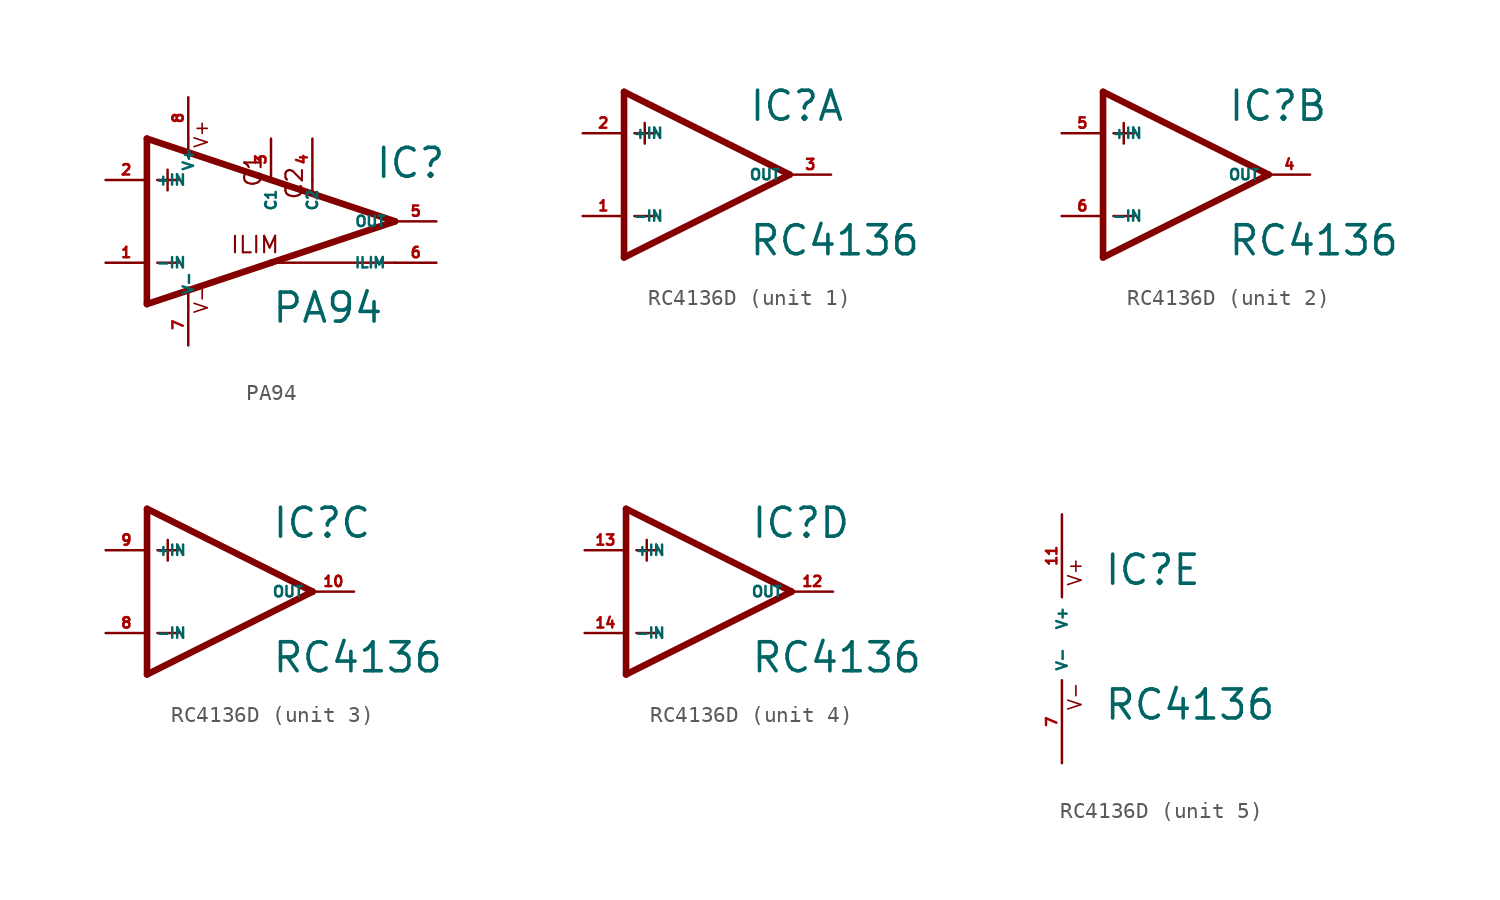
<source format=kicad_sym>
(kicad_symbol_lib
  (version 20220914)
  (generator Eagle2Kicad)
  (symbol "PA94"
    (property "Reference" "IC"
      (at 8.89 2.54 0)
      (effects (font (size 1.778 1.778) (thickness 0.22)) (justify left bottom)))
    (property "Value" "PA94"
      (at 2.54 -6.35 0)
      (effects (font (size 1.778 1.778) (thickness 0.22)) (justify left bottom)))
    (polyline
      (pts (xy -5.08 5.08) (xy -5.08 -5.08))
      (stroke (width 0.406) (type default))
      (fill (type none)))
    (polyline
      (pts (xy -5.08 -5.08) (xy 2.54 -2.54))
      (stroke (width 0.406) (type default))
      (fill (type none)))
    (polyline
      (pts (xy 2.54 -2.54) (xy 10.16 0))
      (stroke (width 0.406) (type default))
      (fill (type none)))
    (polyline
      (pts (xy 10.16 0) (xy -5.08 5.08))
      (stroke (width 0.406) (type default))
      (fill (type none)))
    (polyline
      (pts (xy -3.81 3.175) (xy -3.81 1.905))
      (stroke (width 0.152) (type default))
      (fill (type none)))
    (polyline
      (pts (xy -4.445 2.54) (xy -3.175 2.54))
      (stroke (width 0.152) (type default))
      (fill (type none)))
    (polyline
      (pts (xy -4.445 -2.54) (xy -3.175 -2.54))
      (stroke (width 0.152) (type default))
      (fill (type none)))
    (polyline
      (pts (xy -2.54 -5.08) (xy -2.54 -4.064))
      (stroke (width 0.152) (type default))
      (fill (type none)))
    (polyline
      (pts (xy 10.16 -2.54) (xy 2.54 -2.54))
      (stroke (width 0.152) (type default))
      (fill (type none)))
    (polyline
      (pts (xy -2.54 5.08) (xy -2.54 3.937))
      (stroke (width 0.152) (type default))
      (fill (type none)))
    (polyline
      (pts (xy 5.08 2.54) (xy 5.08 1.778))
      (stroke (width 0.152) (type default))
      (fill (type none)))
    (text "V+"
      (at -1.27 4.445 900)
      (effects (font (size 0.813 0.813) (thickness 0.10)) (justify left bottom)))
    (text "V-"
      (at -1.27 -5.715 900)
      (effects (font (size 0.813 0.813) (thickness 0.10)) (justify left bottom)))
    (text "ILIM"
      (at 0 -2.032 0)
      (effects (font (size 1.016 1.016) (thickness 0.13)) (justify left bottom)))
    (text "C1"
      (at 2.032 2.032 2700)
      (effects (font (size 1.016 1.016) (thickness 0.13)) (justify left bottom)))
    (text "C2"
      (at 4.572 1.27 2700)
      (effects (font (size 1.016 1.016) (thickness 0.13)) (justify left bottom)))
    (pin input line
      (at -7.62 -2.54 0)
      (length 2.54)
      (name "-IN" (effects (font (size 0.635 0.635) (thickness 0.08)) (justify left bottom)))
      (number "1" (effects (font (size 0.635 0.635) (thickness 0.08)) (justify left bottom))))
    (pin input line
      (at -7.62 2.54 0)
      (length 2.54)
      (name "+IN" (effects (font (size 0.635 0.635) (thickness 0.08)) (justify left bottom)))
      (number "2" (effects (font (size 0.635 0.635) (thickness 0.08)) (justify left bottom))))
    (pin output line
      (at 12.7 0 180)
      (length 2.54)
      (name "OUT" (effects (font (size 0.635 0.635) (thickness 0.08)) (justify left bottom)))
      (number "5" (effects (font (size 0.635 0.635) (thickness 0.08)) (justify left bottom))))
    (pin unspecified line
      (at -2.54 7.62 270)
      (length 2.54)
      (name "V+" (effects (font (size 0.635 0.635) (thickness 0.08)) (justify left bottom)))
      (number "8" (effects (font (size 0.635 0.635) (thickness 0.08)) (justify left bottom))))
    (pin unspecified line
      (at -2.54 -7.62 90)
      (length 2.54)
      (name "V-" (effects (font (size 0.635 0.635) (thickness 0.08)) (justify left bottom)))
      (number "7" (effects (font (size 0.635 0.635) (thickness 0.08)) (justify left bottom))))
    (pin input line
      (at 12.7 -2.54 180)
      (length 2.54)
      (name "ILIM" (effects (font (size 0.635 0.635) (thickness 0.08)) (justify left bottom)))
      (number "6" (effects (font (size 0.635 0.635) (thickness 0.08)) (justify left bottom))))
    (pin passive line
      (at 2.54 5.08 270)
      (length 2.54)
      (name "C1" (effects (font (size 0.635 0.635) (thickness 0.08)) (justify left bottom)))
      (number "3" (effects (font (size 0.635 0.635) (thickness 0.08)) (justify left bottom))))
    (pin passive line
      (at 5.08 5.08 270)
      (length 2.54)
      (name "C2" (effects (font (size 0.635 0.635) (thickness 0.08)) (justify left bottom)))
      (number "4" (effects (font (size 0.635 0.635) (thickness 0.08)) (justify left bottom)))))
  (symbol "RC4136D"
    (property "Reference" "IC"
      (at 2.54 3.175 0)
      (effects (font (size 1.778 1.778) (thickness 0.22)) (justify left bottom)))
    (property "Value" "RC4136"
      (at 2.54 -5.08 0)
      (effects (font (size 1.778 1.778) (thickness 0.22)) (justify left bottom)))
    (symbol "RC4136D_1_0"
      (polyline (pts (xy -5.08 5.08) (xy -5.08 -5.08)) (stroke (width 0.406) (type default)) (fill (type none)))
      (polyline (pts (xy -5.08 -5.08) (xy 5.08 0)) (stroke (width 0.406) (type default)) (fill (type none)))
      (polyline (pts (xy 5.08 0) (xy -5.08 5.08)) (stroke (width 0.406) (type default)) (fill (type none)))
      (polyline (pts (xy -3.81 3.175) (xy -3.81 1.905)) (stroke (width 0.152) (type default)) (fill (type none)))
      (polyline (pts (xy -4.445 2.54) (xy -3.175 2.54)) (stroke (width 0.152) (type default)) (fill (type none)))
      (polyline (pts (xy -4.445 -2.54) (xy -3.175 -2.54)) (stroke (width 0.152) (type default)) (fill (type none)))
      (pin input line (at -7.62 -2.54 0) (length 2.54) (name "-IN" (effects (font (size 0.635 0.635) (thickness 0.08)) (justify left bottom))) (number "1" (effects (font (size 0.635 0.635) (thickness 0.08)) (justify left bottom))))
      (pin input line (at -7.62 2.54 0) (length 2.54) (name "+IN" (effects (font (size 0.635 0.635) (thickness 0.08)) (justify left bottom))) (number "2" (effects (font (size 0.635 0.635) (thickness 0.08)) (justify left bottom))))
      (pin output line (at 7.62 0 180) (length 2.54) (name "OUT" (effects (font (size 0.635 0.635) (thickness 0.08)) (justify left bottom))) (number "3" (effects (font (size 0.635 0.635) (thickness 0.08)) (justify left bottom)))))
    (symbol "RC4136D_2_0"
      (polyline (pts (xy -5.08 5.08) (xy -5.08 -5.08)) (stroke (width 0.406) (type default)) (fill (type none)))
      (polyline (pts (xy -5.08 -5.08) (xy 5.08 0)) (stroke (width 0.406) (type default)) (fill (type none)))
      (polyline (pts (xy 5.08 0) (xy -5.08 5.08)) (stroke (width 0.406) (type default)) (fill (type none)))
      (polyline (pts (xy -3.81 3.175) (xy -3.81 1.905)) (stroke (width 0.152) (type default)) (fill (type none)))
      (polyline (pts (xy -4.445 2.54) (xy -3.175 2.54)) (stroke (width 0.152) (type default)) (fill (type none)))
      (polyline (pts (xy -4.445 -2.54) (xy -3.175 -2.54)) (stroke (width 0.152) (type default)) (fill (type none)))
      (pin input line (at -7.62 -2.54 0) (length 2.54) (name "-IN" (effects (font (size 0.635 0.635) (thickness 0.08)) (justify left bottom))) (number "6" (effects (font (size 0.635 0.635) (thickness 0.08)) (justify left bottom))))
      (pin input line (at -7.62 2.54 0) (length 2.54) (name "+IN" (effects (font (size 0.635 0.635) (thickness 0.08)) (justify left bottom))) (number "5" (effects (font (size 0.635 0.635) (thickness 0.08)) (justify left bottom))))
      (pin output line (at 7.62 0 180) (length 2.54) (name "OUT" (effects (font (size 0.635 0.635) (thickness 0.08)) (justify left bottom))) (number "4" (effects (font (size 0.635 0.635) (thickness 0.08)) (justify left bottom)))))
    (symbol "RC4136D_3_0"
      (polyline (pts (xy -5.08 5.08) (xy -5.08 -5.08)) (stroke (width 0.406) (type default)) (fill (type none)))
      (polyline (pts (xy -5.08 -5.08) (xy 5.08 0)) (stroke (width 0.406) (type default)) (fill (type none)))
      (polyline (pts (xy 5.08 0) (xy -5.08 5.08)) (stroke (width 0.406) (type default)) (fill (type none)))
      (polyline (pts (xy -3.81 3.175) (xy -3.81 1.905)) (stroke (width 0.152) (type default)) (fill (type none)))
      (polyline (pts (xy -4.445 2.54) (xy -3.175 2.54)) (stroke (width 0.152) (type default)) (fill (type none)))
      (polyline (pts (xy -4.445 -2.54) (xy -3.175 -2.54)) (stroke (width 0.152) (type default)) (fill (type none)))
      (pin input line (at -7.62 -2.54 0) (length 2.54) (name "-IN" (effects (font (size 0.635 0.635) (thickness 0.08)) (justify left bottom))) (number "8" (effects (font (size 0.635 0.635) (thickness 0.08)) (justify left bottom))))
      (pin input line (at -7.62 2.54 0) (length 2.54) (name "+IN" (effects (font (size 0.635 0.635) (thickness 0.08)) (justify left bottom))) (number "9" (effects (font (size 0.635 0.635) (thickness 0.08)) (justify left bottom))))
      (pin output line (at 7.62 0 180) (length 2.54) (name "OUT" (effects (font (size 0.635 0.635) (thickness 0.08)) (justify left bottom))) (number "10" (effects (font (size 0.635 0.635) (thickness 0.08)) (justify left bottom)))))
    (symbol "RC4136D_4_0"
      (polyline (pts (xy -5.08 5.08) (xy -5.08 -5.08)) (stroke (width 0.406) (type default)) (fill (type none)))
      (polyline (pts (xy -5.08 -5.08) (xy 5.08 0)) (stroke (width 0.406) (type default)) (fill (type none)))
      (polyline (pts (xy 5.08 0) (xy -5.08 5.08)) (stroke (width 0.406) (type default)) (fill (type none)))
      (polyline (pts (xy -3.81 3.175) (xy -3.81 1.905)) (stroke (width 0.152) (type default)) (fill (type none)))
      (polyline (pts (xy -4.445 2.54) (xy -3.175 2.54)) (stroke (width 0.152) (type default)) (fill (type none)))
      (polyline (pts (xy -4.445 -2.54) (xy -3.175 -2.54)) (stroke (width 0.152) (type default)) (fill (type none)))
      (pin input line (at -7.62 -2.54 0) (length 2.54) (name "-IN" (effects (font (size 0.635 0.635) (thickness 0.08)) (justify left bottom))) (number "14" (effects (font (size 0.635 0.635) (thickness 0.08)) (justify left bottom))))
      (pin input line (at -7.62 2.54 0) (length 2.54) (name "+IN" (effects (font (size 0.635 0.635) (thickness 0.08)) (justify left bottom))) (number "13" (effects (font (size 0.635 0.635) (thickness 0.08)) (justify left bottom))))
      (pin output line (at 7.62 0 180) (length 2.54) (name "OUT" (effects (font (size 0.635 0.635) (thickness 0.08)) (justify left bottom))) (number "12" (effects (font (size 0.635 0.635) (thickness 0.08)) (justify left bottom)))))
    (symbol "RC4136D_5_0"
      (text "V+" (at 1.27 3.175 900) (effects (font (size 0.813 0.813) (thickness 0.10)) (justify left bottom)))
      (text "V-" (at 1.27 -4.445 900) (effects (font (size 0.813 0.813) (thickness 0.10)) (justify left bottom)))
      (pin unspecified line (at 0 7.62 270) (length 5.08) (name "V+" (effects (font (size 0.635 0.635) (thickness 0.08)) (justify left bottom))) (number "11" (effects (font (size 0.635 0.635) (thickness 0.08)) (justify left bottom))))
      (pin unspecified line (at 0 -7.62 90) (length 5.08) (name "V-" (effects (font (size 0.635 0.635) (thickness 0.08)) (justify left bottom))) (number "7" (effects (font (size 0.635 0.635) (thickness 0.08)) (justify left bottom)))))))
</source>
